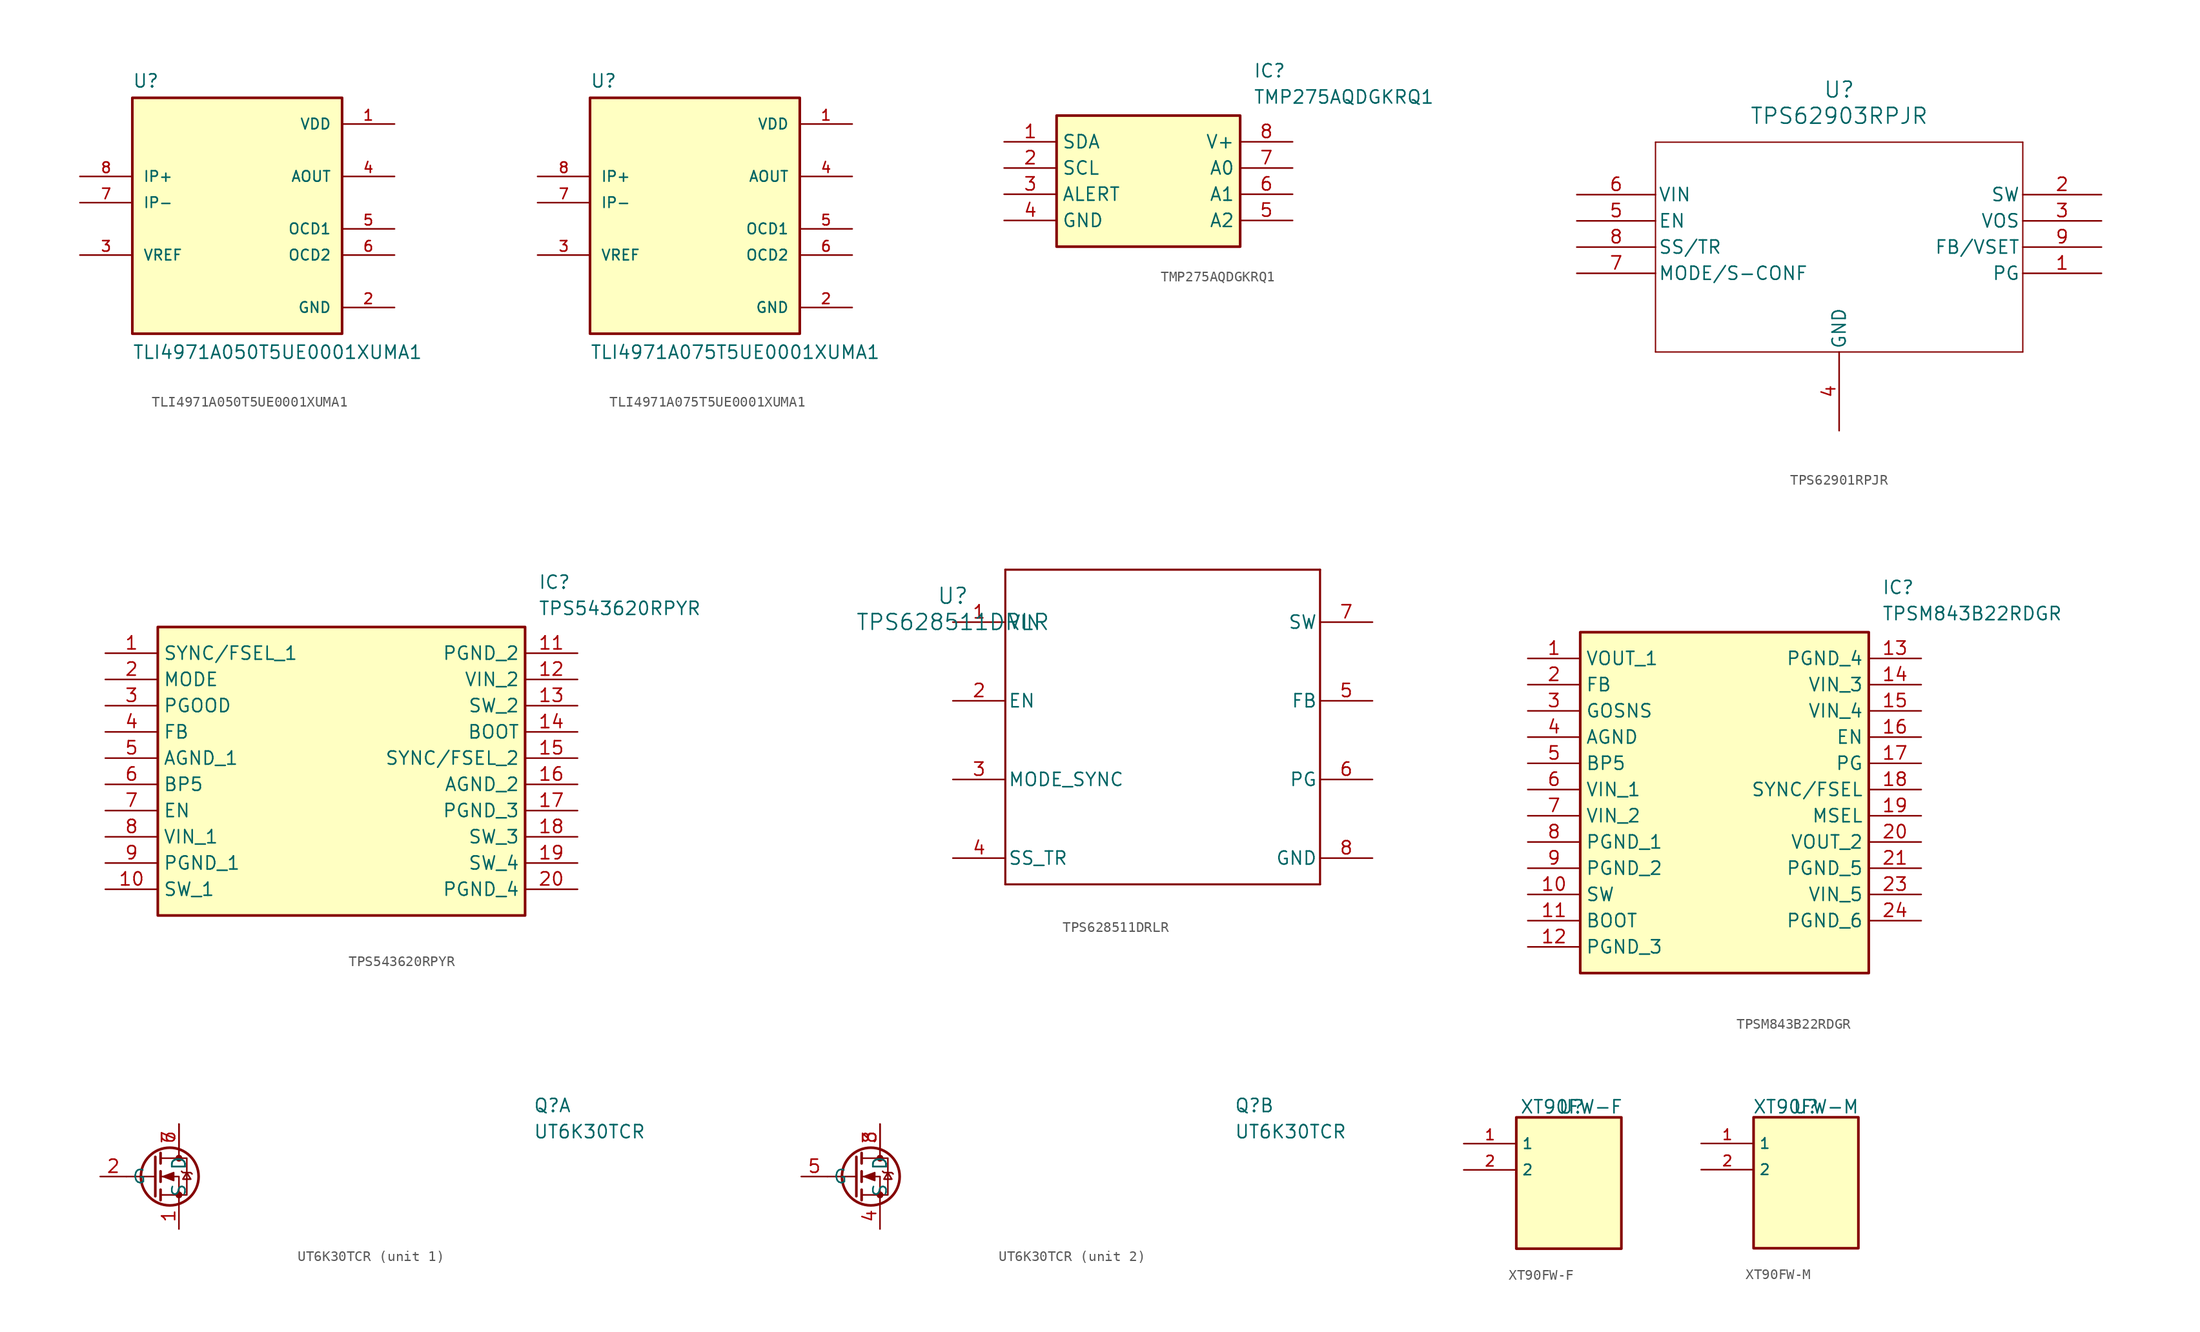
<source format=kicad_sym>
(kicad_symbol_lib
  (version 20231120)
  (generator "kicad_symbol_editor")
  (generator_version "8.0")
  (symbol "TLI4971A050T5UE0001XUMA1"
    (pin_names
      (offset 1.016))
    (property "Reference" "U"
      (at -10.16 11.049 0)
      (effects (font (size 1.27 1.27)) (justify left bottom)))
    (property "Value" "TLI4971A050T5UE0001XUMA1"
      (at -10.16 -15.24 0)
      (effects (font (size 1.27 1.27)) (justify left bottom)))
    (symbol "TLI4971A050T5UE0001XUMA1_0_0"
      (rectangle (start -10.16 -12.7) (end 10.16 10.16) (stroke (width 0.254) (type default)) (fill (type background)))
      (pin power_in line (at 15.24 7.62 180) (length 5.08) (name "VDD" (effects (font (size 1.016 1.016)))) (number "1" (effects (font (size 1.016 1.016)))))
      (pin power_in line (at 15.24 -10.16 180) (length 5.08) (name "GND" (effects (font (size 1.016 1.016)))) (number "2" (effects (font (size 1.016 1.016)))))
      (pin bidirectional line (at -15.24 -5.08 0) (length 5.08) (name "VREF" (effects (font (size 1.016 1.016)))) (number "3" (effects (font (size 1.016 1.016)))))
      (pin output line (at 15.24 2.54 180) (length 5.08) (name "AOUT" (effects (font (size 1.016 1.016)))) (number "4" (effects (font (size 1.016 1.016)))))
      (pin output line (at 15.24 -2.54 180) (length 5.08) (name "OCD1" (effects (font (size 1.016 1.016)))) (number "5" (effects (font (size 1.016 1.016)))))
      (pin output line (at 15.24 -5.08 180) (length 5.08) (name "OCD2" (effects (font (size 1.016 1.016)))) (number "6" (effects (font (size 1.016 1.016)))))
      (pin input line (at -15.24 0 0) (length 5.08) (name "IP-" (effects (font (size 1.016 1.016)))) (number "7" (effects (font (size 1.016 1.016)))))
      (pin input line (at -15.24 2.54 0) (length 5.08) (name "IP+" (effects (font (size 1.016 1.016)))) (number "8" (effects (font (size 1.016 1.016)))))))
  (symbol "TLI4971A075T5UE0001XUMA1"
    (pin_names
      (offset 1.016))
    (property "Reference" "U"
      (at -10.16 11.049 0)
      (effects (font (size 1.27 1.27)) (justify left bottom)))
    (property "Value" "TLI4971A075T5UE0001XUMA1"
      (at -10.16 -15.24 0)
      (effects (font (size 1.27 1.27)) (justify left bottom)))
    (symbol "TLI4971A075T5UE0001XUMA1_0_0"
      (rectangle (start -10.16 -12.7) (end 10.16 10.16) (stroke (width 0.254) (type default)) (fill (type background)))
      (pin power_in line (at 15.24 7.62 180) (length 5.08) (name "VDD" (effects (font (size 1.016 1.016)))) (number "1" (effects (font (size 1.016 1.016)))))
      (pin power_in line (at 15.24 -10.16 180) (length 5.08) (name "GND" (effects (font (size 1.016 1.016)))) (number "2" (effects (font (size 1.016 1.016)))))
      (pin bidirectional line (at -15.24 -5.08 0) (length 5.08) (name "VREF" (effects (font (size 1.016 1.016)))) (number "3" (effects (font (size 1.016 1.016)))))
      (pin output line (at 15.24 2.54 180) (length 5.08) (name "AOUT" (effects (font (size 1.016 1.016)))) (number "4" (effects (font (size 1.016 1.016)))))
      (pin output line (at 15.24 -2.54 180) (length 5.08) (name "OCD1" (effects (font (size 1.016 1.016)))) (number "5" (effects (font (size 1.016 1.016)))))
      (pin output line (at 15.24 -5.08 180) (length 5.08) (name "OCD2" (effects (font (size 1.016 1.016)))) (number "6" (effects (font (size 1.016 1.016)))))
      (pin input line (at -15.24 0 0) (length 5.08) (name "IP-" (effects (font (size 1.016 1.016)))) (number "7" (effects (font (size 1.016 1.016)))))
      (pin input line (at -15.24 2.54 0) (length 5.08) (name "IP+" (effects (font (size 1.016 1.016)))) (number "8" (effects (font (size 1.016 1.016)))))))
  (symbol "TMP275AQDGKRQ1"
    (property "Reference" "IC"
      (at 24.13 7.62 0)
      (effects (font (size 1.27 1.27)) (justify left top)))
    (property "Value" "TMP275AQDGKRQ1"
      (at 24.13 5.08 0)
      (effects (font (size 1.27 1.27)) (justify left top)))
    (symbol "TMP275AQDGKRQ1_1_1"
      (rectangle (start 5.08 2.54) (end 22.86 -10.16) (stroke (width 0.254) (type default)) (fill (type background)))
      (pin passive line (at 0 0 0) (length 5.08) (name "SDA" (effects (font (size 1.27 1.27)))) (number "1" (effects (font (size 1.27 1.27)))))
      (pin passive line (at 0 -2.54 0) (length 5.08) (name "SCL" (effects (font (size 1.27 1.27)))) (number "2" (effects (font (size 1.27 1.27)))))
      (pin passive line (at 0 -5.08 0) (length 5.08) (name "ALERT" (effects (font (size 1.27 1.27)))) (number "3" (effects (font (size 1.27 1.27)))))
      (pin power_out line (at 0 -7.62 0) (length 5.08) (name "GND" (effects (font (size 1.27 1.27)))) (number "4" (effects (font (size 1.27 1.27)))))
      (pin passive line (at 27.94 -7.62 180) (length 5.08) (name "A2" (effects (font (size 1.27 1.27)))) (number "5" (effects (font (size 1.27 1.27)))))
      (pin passive line (at 27.94 -5.08 180) (length 5.08) (name "A1" (effects (font (size 1.27 1.27)))) (number "6" (effects (font (size 1.27 1.27)))))
      (pin passive line (at 27.94 -2.54 180) (length 5.08) (name "A0" (effects (font (size 1.27 1.27)))) (number "7" (effects (font (size 1.27 1.27)))))
      (pin power_in line (at 27.94 0 180) (length 5.08) (name "V+" (effects (font (size 1.27 1.27)))) (number "8" (effects (font (size 1.27 1.27)))))))
  (symbol "TPS62901RPJR"
    (pin_names
      (offset 0.254))
    (property "Reference" "U"
      (at 25.4 10.16 0)
      (effects (font (size 1.524 1.524))))
    (property "Value" "TPS62903RPJR"
      (at 25.4 7.62 0)
      (effects (font (size 1.524 1.524))))
    (property "ki_locked" ""
      (at 0 0 0)
      (effects (font (size 1.27 1.27))))
    (symbol "TPS62901RPJR_0_1"
      (polyline (pts (xy 7.62 -15.24) (xy 43.18 -15.24)) (stroke (width 0.127) (type default)) (fill (type none)))
      (polyline (pts (xy 7.62 5.08) (xy 7.62 -15.24)) (stroke (width 0.127) (type default)) (fill (type none)))
      (polyline (pts (xy 43.18 -15.24) (xy 43.18 5.08)) (stroke (width 0.127) (type default)) (fill (type none)))
      (polyline (pts (xy 43.18 5.08) (xy 7.62 5.08)) (stroke (width 0.127) (type default)) (fill (type none)))
      (pin unspecified line (at 50.8 -7.62 180) (length 7.62) (name "PG" (effects (font (size 1.27 1.27)))) (number "1" (effects (font (size 1.27 1.27)))))
      (pin unspecified line (at 50.8 0 180) (length 7.62) (name "SW" (effects (font (size 1.27 1.27)))) (number "2" (effects (font (size 1.27 1.27)))))
      (pin unspecified line (at 50.8 -2.54 180) (length 7.62) (name "VOS" (effects (font (size 1.27 1.27)))) (number "3" (effects (font (size 1.27 1.27)))))
      (pin power_out line (at 25.4 -22.86 90) (length 7.62) (name "GND" (effects (font (size 1.27 1.27)))) (number "4" (effects (font (size 1.27 1.27)))))
      (pin unspecified line (at 0 -2.54 0) (length 7.62) (name "EN" (effects (font (size 1.27 1.27)))) (number "5" (effects (font (size 1.27 1.27)))))
      (pin unspecified line (at 0 0 0) (length 7.62) (name "VIN" (effects (font (size 1.27 1.27)))) (number "6" (effects (font (size 1.27 1.27)))))
      (pin unspecified line (at 0 -7.62 0) (length 7.62) (name "MODE/S-CONF" (effects (font (size 1.27 1.27)))) (number "7" (effects (font (size 1.27 1.27)))))
      (pin unspecified line (at 0 -5.08 0) (length 7.62) (name "SS/TR" (effects (font (size 1.27 1.27)))) (number "8" (effects (font (size 1.27 1.27)))))
      (pin unspecified line (at 50.8 -5.08 180) (length 7.62) (name "FB/VSET" (effects (font (size 1.27 1.27)))) (number "9" (effects (font (size 1.27 1.27)))))))
  (symbol "TPS543620RPYR"
    (property "Reference" "IC"
      (at 41.91 7.62 0)
      (effects (font (size 1.27 1.27)) (justify left top)))
    (property "Value" "TPS543620RPYR"
      (at 41.91 5.08 0)
      (effects (font (size 1.27 1.27)) (justify left top)))
    (symbol "TPS543620RPYR_1_1"
      (rectangle (start 5.08 2.54) (end 40.64 -25.4) (stroke (width 0.254) (type default)) (fill (type background)))
      (pin passive line (at 0 0 0) (length 5.08) (name "SYNC/FSEL_1" (effects (font (size 1.27 1.27)))) (number "1" (effects (font (size 1.27 1.27)))))
      (pin passive line (at 0 -22.86 0) (length 5.08) (name "SW_1" (effects (font (size 1.27 1.27)))) (number "10" (effects (font (size 1.27 1.27)))))
      (pin passive line (at 45.72 0 180) (length 5.08) (name "PGND_2" (effects (font (size 1.27 1.27)))) (number "11" (effects (font (size 1.27 1.27)))))
      (pin passive line (at 45.72 -2.54 180) (length 5.08) (name "VIN_2" (effects (font (size 1.27 1.27)))) (number "12" (effects (font (size 1.27 1.27)))))
      (pin passive line (at 45.72 -5.08 180) (length 5.08) (name "SW_2" (effects (font (size 1.27 1.27)))) (number "13" (effects (font (size 1.27 1.27)))))
      (pin passive line (at 45.72 -7.62 180) (length 5.08) (name "BOOT" (effects (font (size 1.27 1.27)))) (number "14" (effects (font (size 1.27 1.27)))))
      (pin passive line (at 45.72 -10.16 180) (length 5.08) (name "SYNC/FSEL_2" (effects (font (size 1.27 1.27)))) (number "15" (effects (font (size 1.27 1.27)))))
      (pin passive line (at 45.72 -12.7 180) (length 5.08) (name "AGND_2" (effects (font (size 1.27 1.27)))) (number "16" (effects (font (size 1.27 1.27)))))
      (pin passive line (at 45.72 -15.24 180) (length 5.08) (name "PGND_3" (effects (font (size 1.27 1.27)))) (number "17" (effects (font (size 1.27 1.27)))))
      (pin passive line (at 45.72 -17.78 180) (length 5.08) (name "SW_3" (effects (font (size 1.27 1.27)))) (number "18" (effects (font (size 1.27 1.27)))))
      (pin passive line (at 45.72 -20.32 180) (length 5.08) (name "SW_4" (effects (font (size 1.27 1.27)))) (number "19" (effects (font (size 1.27 1.27)))))
      (pin passive line (at 0 -2.54 0) (length 5.08) (name "MODE" (effects (font (size 1.27 1.27)))) (number "2" (effects (font (size 1.27 1.27)))))
      (pin passive line (at 45.72 -22.86 180) (length 5.08) (name "PGND_4" (effects (font (size 1.27 1.27)))) (number "20" (effects (font (size 1.27 1.27)))))
      (pin passive line (at 0 -5.08 0) (length 5.08) (name "PGOOD" (effects (font (size 1.27 1.27)))) (number "3" (effects (font (size 1.27 1.27)))))
      (pin passive line (at 0 -7.62 0) (length 5.08) (name "FB" (effects (font (size 1.27 1.27)))) (number "4" (effects (font (size 1.27 1.27)))))
      (pin passive line (at 0 -10.16 0) (length 5.08) (name "AGND_1" (effects (font (size 1.27 1.27)))) (number "5" (effects (font (size 1.27 1.27)))))
      (pin passive line (at 0 -12.7 0) (length 5.08) (name "BP5" (effects (font (size 1.27 1.27)))) (number "6" (effects (font (size 1.27 1.27)))))
      (pin passive line (at 0 -15.24 0) (length 5.08) (name "EN" (effects (font (size 1.27 1.27)))) (number "7" (effects (font (size 1.27 1.27)))))
      (pin passive line (at 0 -17.78 0) (length 5.08) (name "VIN_1" (effects (font (size 1.27 1.27)))) (number "8" (effects (font (size 1.27 1.27)))))
      (pin passive line (at 0 -20.32 0) (length 5.08) (name "PGND_1" (effects (font (size 1.27 1.27)))) (number "9" (effects (font (size 1.27 1.27)))))))
  (symbol "TPS628511DRLR"
    (pin_names
      (offset 0.254))
    (property "Reference" "U"
      (at 0 2.54 0)
      (effects (font (size 1.524 1.524))))
    (property "Value" "TPS628511DRLR"
      (at 0 0 0)
      (effects (font (size 1.524 1.524))))
    (symbol "TPS628511DRLR_0_1"
      (polyline (pts (xy 5.08 -25.4) (xy 35.56 -25.4)) (stroke (width 0.203) (type default)) (fill (type none)))
      (polyline (pts (xy 5.08 5.08) (xy 5.08 -25.4)) (stroke (width 0.203) (type default)) (fill (type none)))
      (polyline (pts (xy 35.56 -25.4) (xy 35.56 5.08)) (stroke (width 0.203) (type default)) (fill (type none)))
      (polyline (pts (xy 35.56 5.08) (xy 5.08 5.08)) (stroke (width 0.203) (type default)) (fill (type none)))
      (pin power_in line (at 0 0 0) (length 5.08) (name "VIN" (effects (font (size 1.27 1.27)))) (number "1" (effects (font (size 1.27 1.27)))))
      (pin input line (at 0 -7.62 0) (length 5.08) (name "EN" (effects (font (size 1.27 1.27)))) (number "2" (effects (font (size 1.27 1.27)))))
      (pin input line (at 0 -15.24 0) (length 5.08) (name "MODE_SYNC" (effects (font (size 1.27 1.27)))) (number "3" (effects (font (size 1.27 1.27)))))
      (pin unspecified line (at 0 -22.86 0) (length 5.08) (name "SS_TR" (effects (font (size 1.27 1.27)))) (number "4" (effects (font (size 1.27 1.27)))))
      (pin unspecified line (at 40.64 -7.62 180) (length 5.08) (name "FB" (effects (font (size 1.27 1.27)))) (number "5" (effects (font (size 1.27 1.27)))))
      (pin open_collector line (at 40.64 -15.24 180) (length 5.08) (name "PG" (effects (font (size 1.27 1.27)))) (number "6" (effects (font (size 1.27 1.27)))))
      (pin unspecified line (at 40.64 0 180) (length 5.08) (name "SW" (effects (font (size 1.27 1.27)))) (number "7" (effects (font (size 1.27 1.27)))))
      (pin power_in line (at 40.64 -22.86 180) (length 5.08) (name "GND" (effects (font (size 1.27 1.27)))) (number "8" (effects (font (size 1.27 1.27)))))))
  (symbol "TPSM843B22RDGR"
    (property "Reference" "IC"
      (at 34.29 7.62 0)
      (effects (font (size 1.27 1.27)) (justify left top)))
    (property "Value" "TPSM843B22RDGR"
      (at 34.29 5.08 0)
      (effects (font (size 1.27 1.27)) (justify left top)))
    (symbol "TPSM843B22RDGR_1_1"
      (rectangle (start 5.08 2.54) (end 33.02 -30.48) (stroke (width 0.254) (type default)) (fill (type background)))
      (pin passive line (at 0 0 0) (length 5.08) (name "VOUT_1" (effects (font (size 1.27 1.27)))) (number "1" (effects (font (size 1.27 1.27)))))
      (pin passive line (at 0 -22.86 0) (length 5.08) (name "SW" (effects (font (size 1.27 1.27)))) (number "10" (effects (font (size 1.27 1.27)))))
      (pin passive line (at 0 -25.4 0) (length 5.08) (name "BOOT" (effects (font (size 1.27 1.27)))) (number "11" (effects (font (size 1.27 1.27)))))
      (pin passive line (at 0 -27.94 0) (length 5.08) (name "PGND_3" (effects (font (size 1.27 1.27)))) (number "12" (effects (font (size 1.27 1.27)))))
      (pin passive line (at 38.1 0 180) (length 5.08) (name "PGND_4" (effects (font (size 1.27 1.27)))) (number "13" (effects (font (size 1.27 1.27)))))
      (pin passive line (at 38.1 -2.54 180) (length 5.08) (name "VIN_3" (effects (font (size 1.27 1.27)))) (number "14" (effects (font (size 1.27 1.27)))))
      (pin passive line (at 38.1 -5.08 180) (length 5.08) (name "VIN_4" (effects (font (size 1.27 1.27)))) (number "15" (effects (font (size 1.27 1.27)))))
      (pin passive line (at 38.1 -7.62 180) (length 5.08) (name "EN" (effects (font (size 1.27 1.27)))) (number "16" (effects (font (size 1.27 1.27)))))
      (pin passive line (at 38.1 -10.16 180) (length 5.08) (name "PG" (effects (font (size 1.27 1.27)))) (number "17" (effects (font (size 1.27 1.27)))))
      (pin passive line (at 38.1 -12.7 180) (length 5.08) (name "SYNC/FSEL" (effects (font (size 1.27 1.27)))) (number "18" (effects (font (size 1.27 1.27)))))
      (pin passive line (at 38.1 -15.24 180) (length 5.08) (name "MSEL" (effects (font (size 1.27 1.27)))) (number "19" (effects (font (size 1.27 1.27)))))
      (pin passive line (at 0 -2.54 0) (length 5.08) (name "FB" (effects (font (size 1.27 1.27)))) (number "2" (effects (font (size 1.27 1.27)))))
      (pin passive line (at 38.1 -17.78 180) (length 5.08) (name "VOUT_2" (effects (font (size 1.27 1.27)))) (number "20" (effects (font (size 1.27 1.27)))))
      (pin passive line (at 38.1 -20.32 180) (length 5.08) (name "PGND_5" (effects (font (size 1.27 1.27)))) (number "21" (effects (font (size 1.27 1.27)))))
      (pin passive line (at 38.1 -22.86 180) (length 5.08) (name "VIN_5" (effects (font (size 1.27 1.27)))) (number "23" (effects (font (size 1.27 1.27)))))
      (pin passive line (at 38.1 -25.4 180) (length 5.08) (name "PGND_6" (effects (font (size 1.27 1.27)))) (number "24" (effects (font (size 1.27 1.27)))))
      (pin passive line (at 0 -5.08 0) (length 5.08) (name "GOSNS" (effects (font (size 1.27 1.27)))) (number "3" (effects (font (size 1.27 1.27)))))
      (pin passive line (at 0 -7.62 0) (length 5.08) (name "AGND" (effects (font (size 1.27 1.27)))) (number "4" (effects (font (size 1.27 1.27)))))
      (pin passive line (at 0 -10.16 0) (length 5.08) (name "BP5" (effects (font (size 1.27 1.27)))) (number "5" (effects (font (size 1.27 1.27)))))
      (pin passive line (at 0 -12.7 0) (length 5.08) (name "VIN_1" (effects (font (size 1.27 1.27)))) (number "6" (effects (font (size 1.27 1.27)))))
      (pin passive line (at 0 -15.24 0) (length 5.08) (name "VIN_2" (effects (font (size 1.27 1.27)))) (number "7" (effects (font (size 1.27 1.27)))))
      (pin passive line (at 0 -17.78 0) (length 5.08) (name "PGND_1" (effects (font (size 1.27 1.27)))) (number "8" (effects (font (size 1.27 1.27)))))
      (pin passive line (at 0 -20.32 0) (length 5.08) (name "PGND_2" (effects (font (size 1.27 1.27)))) (number "9" (effects (font (size 1.27 1.27)))))))
  (symbol "UT6K30TCR"
    (property "Reference" "Q"
      (at 41.91 7.62 0)
      (effects (font (size 1.27 1.27)) (justify left top)))
    (property "Value" "UT6K30TCR"
      (at 41.91 5.08 0)
      (effects (font (size 1.27 1.27)) (justify left top)))
    (symbol "UT6K30TCR_0_1"
      (polyline (pts (xy 5.334 0) (xy 2.54 0)) (stroke (width 0) (type default)) (fill (type none)))
      (polyline (pts (xy 5.334 1.905) (xy 5.334 -1.905)) (stroke (width 0.254) (type default)) (fill (type none)))
      (polyline (pts (xy 5.842 -1.27) (xy 5.842 -2.286)) (stroke (width 0.254) (type default)) (fill (type none)))
      (polyline (pts (xy 5.842 0.508) (xy 5.842 -0.508)) (stroke (width 0.254) (type default)) (fill (type none)))
      (polyline (pts (xy 5.842 2.286) (xy 5.842 1.27)) (stroke (width 0.254) (type default)) (fill (type none)))
      (polyline (pts (xy 7.62 2.54) (xy 7.62 1.778)) (stroke (width 0) (type default)) (fill (type none)))
      (polyline (pts (xy 7.62 -2.54) (xy 7.62 0) (xy 5.842 0)) (stroke (width 0) (type default)) (fill (type none)))
      (polyline (pts (xy 5.842 -1.778) (xy 8.382 -1.778) (xy 8.382 1.778) (xy 5.842 1.778)) (stroke (width 0) (type default)) (fill (type none)))
      (polyline (pts (xy 6.096 0) (xy 7.112 0.381) (xy 7.112 -0.381) (xy 6.096 0)) (stroke (width 0) (type default)) (fill (type outline)))
      (polyline (pts (xy 7.874 0.508) (xy 8.001 0.381) (xy 8.763 0.381) (xy 8.89 0.254)) (stroke (width 0) (type default)) (fill (type none)))
      (polyline (pts (xy 8.382 0.381) (xy 8.001 -0.254) (xy 8.763 -0.254) (xy 8.382 0.381)) (stroke (width 0) (type default)) (fill (type none)))
      (circle (center 6.731 0) (radius 2.794) (stroke (width 0.254) (type default)) (fill (type none)))
      (circle (center 7.62 -1.778) (radius 0.254) (stroke (width 0) (type default)) (fill (type outline)))
      (circle (center 7.62 1.778) (radius 0.254) (stroke (width 0) (type default)) (fill (type outline))))
    (symbol "UT6K30TCR_1_1"
      (pin passive line (at 7.62 -5.08 90) (length 2.54) (name "S" (effects (font (size 1.27 1.27)))) (number "1" (effects (font (size 1.27 1.27)))))
      (pin input line (at 0 0 0) (length 2.54) (name "G" (effects (font (size 1.27 1.27)))) (number "2" (effects (font (size 1.27 1.27)))))
      (pin passive line (at 7.62 5.08 270) (length 2.54) (name "D" (effects (font (size 1.27 1.27)))) (number "6" (effects (font (size 1.27 1.27)))))
      (pin passive line (at 7.62 5.08 270) (length 2.54) (name "D" (effects (font (size 1.27 1.27)))) (number "7" (effects (font (size 1.27 1.27))))))
    (symbol "UT6K30TCR_2_1"
      (pin passive line (at 7.62 5.08 270) (length 2.54) (name "D" (effects (font (size 1.27 1.27)))) (number "3" (effects (font (size 1.27 1.27)))))
      (pin passive line (at 7.62 -5.08 90) (length 2.54) (name "S" (effects (font (size 1.27 1.27)))) (number "4" (effects (font (size 1.27 1.27)))))
      (pin input line (at 0 0 0) (length 2.54) (name "G" (effects (font (size 1.27 1.27)))) (number "5" (effects (font (size 1.27 1.27)))))
      (pin passive line (at 7.62 5.08 270) (length 2.54) (name "D" (effects (font (size 1.27 1.27)))) (number "8" (effects (font (size 1.27 1.27)))))))
  (symbol "XT90FW-F"
    (property "Reference" "U"
      (at 0 0 0)
      (effects (font (size 1.27 1.27))))
    (property "Value" "XT90FW-F"
      (at 0 0 0)
      (effects (font (size 1.27 1.27))))
    (symbol "XT90FW-F_0_0"
      (rectangle (start -5.334 -13.716) (end 4.826 -1.016) (stroke (width 0.254) (type default)) (fill (type background)))
      (pin power_in line (at -10.414 -3.556 0) (length 5.08) (name "1" (effects (font (size 1.016 1.016)))) (number "1" (effects (font (size 1.016 1.016)))))
      (pin power_in line (at -10.414 -6.096 0) (length 5.08) (name "2" (effects (font (size 1.016 1.016)))) (number "2" (effects (font (size 1.016 1.016)))))))
  (symbol "XT90FW-M"
    (property "Reference" "U"
      (at 0 0 0)
      (effects (font (size 1.27 1.27))))
    (property "Value" "XT90FW-M"
      (at 0 0 0)
      (effects (font (size 1.27 1.27))))
    (symbol "XT90FW-M_0_0"
      (rectangle (start -5.08 -13.716) (end 5.08 -1.016) (stroke (width 0.254) (type default)) (fill (type background)))
      (pin power_in line (at -10.16 -3.556 0) (length 5.08) (name "1" (effects (font (size 1.016 1.016)))) (number "1" (effects (font (size 1.016 1.016)))))
      (pin power_in line (at -10.16 -6.096 0) (length 5.08) (name "2" (effects (font (size 1.016 1.016)))) (number "2" (effects (font (size 1.016 1.016))))))))
</source>
